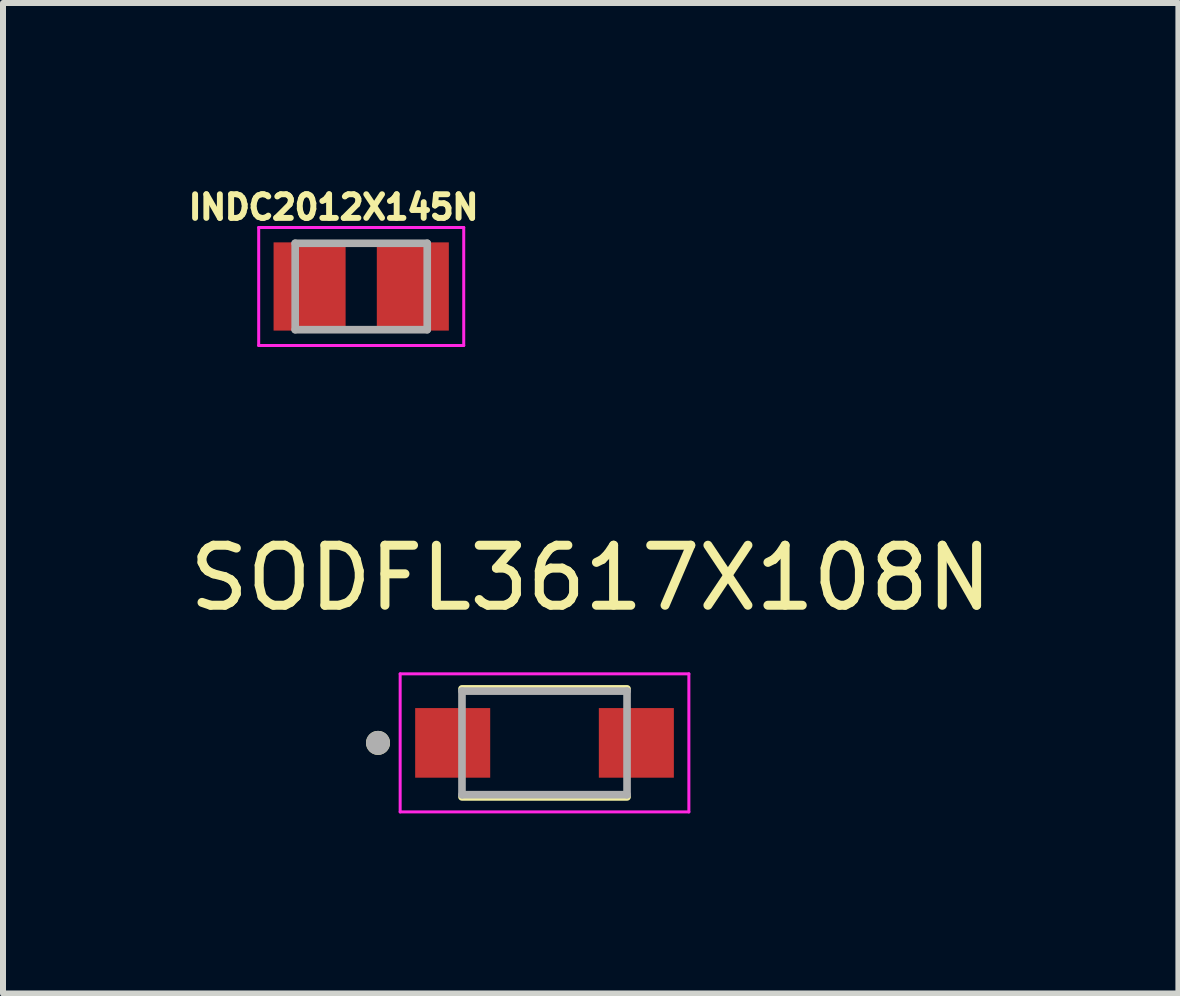
<source format=kicad_pcb>
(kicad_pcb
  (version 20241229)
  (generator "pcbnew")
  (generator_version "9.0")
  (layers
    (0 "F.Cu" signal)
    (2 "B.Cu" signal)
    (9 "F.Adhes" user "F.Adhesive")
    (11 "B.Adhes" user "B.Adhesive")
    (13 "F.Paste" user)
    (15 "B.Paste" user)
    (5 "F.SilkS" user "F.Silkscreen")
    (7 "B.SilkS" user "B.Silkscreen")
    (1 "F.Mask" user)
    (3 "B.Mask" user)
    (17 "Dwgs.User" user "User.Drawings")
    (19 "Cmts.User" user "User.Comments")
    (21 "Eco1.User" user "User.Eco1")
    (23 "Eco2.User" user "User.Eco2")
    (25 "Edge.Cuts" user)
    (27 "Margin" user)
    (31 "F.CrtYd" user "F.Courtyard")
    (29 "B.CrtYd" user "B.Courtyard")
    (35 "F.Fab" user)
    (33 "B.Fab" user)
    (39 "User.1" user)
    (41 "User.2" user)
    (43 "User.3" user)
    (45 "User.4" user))
  (footprint "INDC2012X145N"
    (layer "F.Cu")
    (at 2.968 1.723)
    (property "Reference" "INDC2012X145N" (at -0.46 -1.32 0) (layer "F.SilkS") (effects (font (size 0.394 0.394) (thickness 0.15))))
    (attr smd)
    (fp_line (start -1.708 -0.983) (end 1.708 -0.983) (stroke (width 0.05) (type solid)) (layer "F.CrtYd"))
    (fp_line (start -1.708 0.983) (end -1.708 -0.983) (stroke (width 0.05) (type solid)) (layer "F.CrtYd"))
    (fp_line (start -1.708 0.983) (end 1.708 0.983) (stroke (width 0.05) (type solid)) (layer "F.CrtYd"))
    (fp_line (start 1.708 0.983) (end 1.708 -0.983) (stroke (width 0.05) (type solid)) (layer "F.CrtYd"))
    (fp_line (start -1.1 0.72) (end -1.1 -0.72) (stroke (width 0.127) (type solid)) (layer "F.Fab"))
    (fp_line (start 1.1 -0.72) (end -1.1 -0.72) (stroke (width 0.127) (type solid)) (layer "F.Fab"))
    (fp_line (start 1.1 0.72) (end -1.1 0.72) (stroke (width 0.127) (type solid)) (layer "F.Fab"))
    (fp_line (start 1.1 0.72) (end 1.1 -0.72) (stroke (width 0.127) (type solid)) (layer "F.Fab"))
    (pad "1" smd rect (at -0.86 0) (size 1.2 1.47) (layers "F.Cu" "F.Mask" "F.Paste"))
    (pad "2" smd rect (at 0.86 0) (size 1.2 1.47) (layers "F.Cu" "F.Mask" "F.Paste")))
  (footprint "SODFL3617X108N"
    (layer "F.Cu")
    (at 6.022 9.327)
    (property "Reference" "SODFL3617X108N" (at 0.77 -2.748 0) (layer "F.SilkS") (effects (font (size 1 1) (thickness 0.15))))
    (attr smd)
    (fp_line (start -1.375 -0.9) (end 1.375 -0.9) (stroke (width 0.127) (type solid)) (layer "F.SilkS"))
    (fp_line (start 1.375 0.9) (end -1.375 0.9) (stroke (width 0.127) (type solid)) (layer "F.SilkS"))
    (fp_circle (center -2.774 0) (end -2.674 0) (stroke (width 0.2) (type solid)) (fill no) (layer "F.SilkS"))
    (fp_line (start -2.405 -1.15) (end -2.405 1.15) (stroke (width 0.05) (type solid)) (layer "F.CrtYd"))
    (fp_line (start -2.405 1.15) (end 2.405 1.15) (stroke (width 0.05) (type solid)) (layer "F.CrtYd"))
    (fp_line (start 2.405 -1.15) (end -2.405 -1.15) (stroke (width 0.05) (type solid)) (layer "F.CrtYd"))
    (fp_line (start 2.405 1.15) (end 2.405 -1.15) (stroke (width 0.05) (type solid)) (layer "F.CrtYd"))
    (fp_line (start -1.375 -0.863) (end 1.375 -0.863) (stroke (width 0.127) (type solid)) (layer "F.Fab"))
    (fp_line (start -1.375 0.863) (end -1.375 -0.863) (stroke (width 0.127) (type solid)) (layer "F.Fab"))
    (fp_line (start 1.375 -0.863) (end 1.375 0.863) (stroke (width 0.127) (type solid)) (layer "F.Fab"))
    (fp_line (start 1.375 0.863) (end -1.375 0.863) (stroke (width 0.127) (type solid)) (layer "F.Fab"))
    (fp_circle (center -2.774 0) (end -2.674 0) (stroke (width 0.2) (type solid)) (fill no) (layer "F.Fab"))
    (pad "A" smd rect (at 1.53 0) (size 1.25 1.16) (layers "F.Cu" "F.Mask" "F.Paste"))
    (pad "C" smd rect (at -1.53 0) (size 1.25 1.16) (layers "F.Cu" "F.Mask" "F.Paste")))
  (gr_rect
    (start -3 -3)
    (end 16.583 13.502)
    (stroke (width 0.1) (type default))
    (fill no)
    (layer "Edge.Cuts")))
</source>
